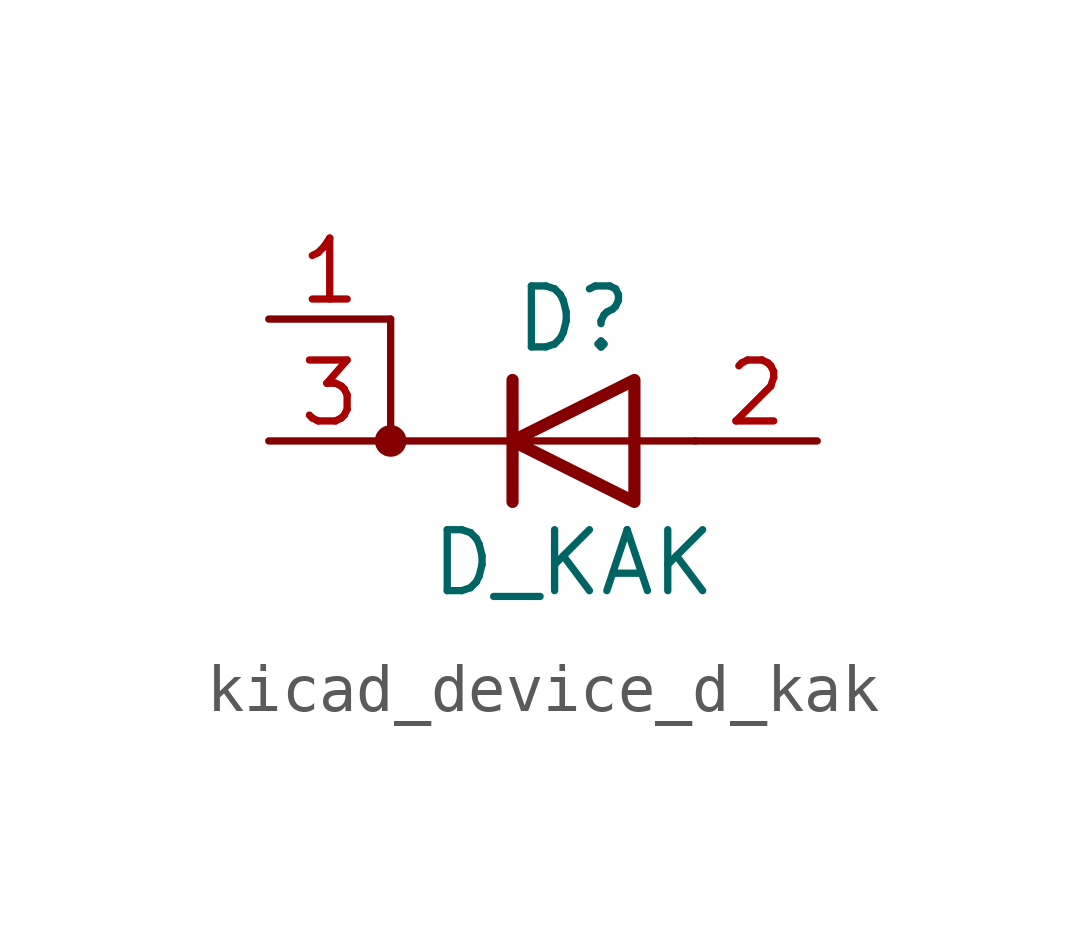
<source format=kicad_sym>
(kicad_symbol_lib
  (version 20220914)
  (generator kicad_symbol_editor)
  (symbol "kicad_device_d_kak"
    (pin_names
      (offset 0) hide)
    (property "Reference" "D"
      (at 0 2.54 0)
      (effects (font (size 1.27 1.27))))
    (property "Value" "D_KAK"
      (at 0 -2.54 0)
      (effects (font (size 1.27 1.27))))
    (symbol "kicad_device_d_kak_0_1"
      (circle (center -3.81 0) (radius 0.254) (stroke (width 0) (type default)) (fill (type outline)))
      (polyline (pts (xy -1.27 1.27) (xy -1.27 -1.27)) (stroke (width 0.254) (type default)) (fill (type none)))
      (polyline (pts (xy -3.81 2.54) (xy -3.81 0) (xy 2.54 0)) (stroke (width 0) (type default)) (fill (type none)))
      (polyline (pts (xy 1.27 1.27) (xy 1.27 -1.27) (xy -1.27 0) (xy 1.27 1.27)) (stroke (width 0.254) (type default)) (fill (type none))))
    (symbol "kicad_device_d_kak_1_1"
      (pin passive line (at -6.35 2.54 0) (length 2.54) (name "K" (effects (font (size 1.27 1.27)))) (number "1" (effects (font (size 1.27 1.27)))))
      (pin passive line (at 5.08 0 180) (length 2.54) (name "A" (effects (font (size 1.27 1.27)))) (number "2" (effects (font (size 1.27 1.27)))))
      (pin passive line (at -6.35 0 0) (length 2.54) (name "K" (effects (font (size 1.27 1.27)))) (number "3" (effects (font (size 1.27 1.27))))))))
</source>
